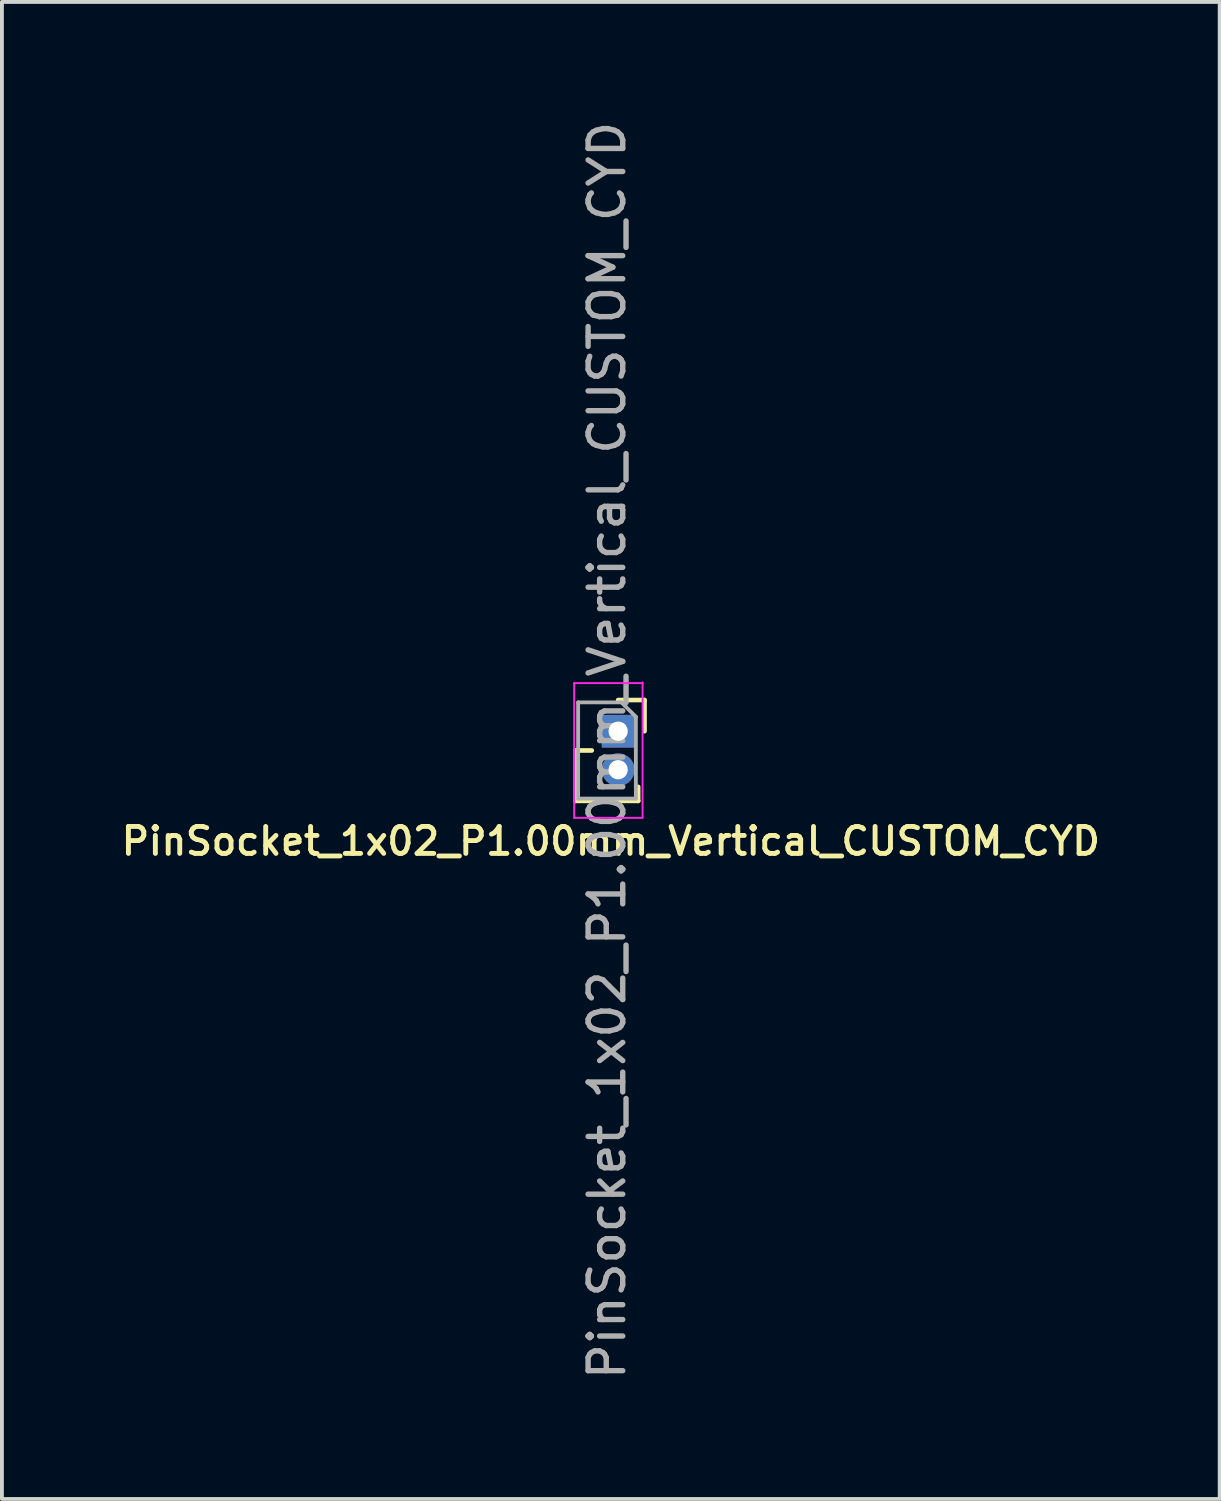
<source format=kicad_pcb>
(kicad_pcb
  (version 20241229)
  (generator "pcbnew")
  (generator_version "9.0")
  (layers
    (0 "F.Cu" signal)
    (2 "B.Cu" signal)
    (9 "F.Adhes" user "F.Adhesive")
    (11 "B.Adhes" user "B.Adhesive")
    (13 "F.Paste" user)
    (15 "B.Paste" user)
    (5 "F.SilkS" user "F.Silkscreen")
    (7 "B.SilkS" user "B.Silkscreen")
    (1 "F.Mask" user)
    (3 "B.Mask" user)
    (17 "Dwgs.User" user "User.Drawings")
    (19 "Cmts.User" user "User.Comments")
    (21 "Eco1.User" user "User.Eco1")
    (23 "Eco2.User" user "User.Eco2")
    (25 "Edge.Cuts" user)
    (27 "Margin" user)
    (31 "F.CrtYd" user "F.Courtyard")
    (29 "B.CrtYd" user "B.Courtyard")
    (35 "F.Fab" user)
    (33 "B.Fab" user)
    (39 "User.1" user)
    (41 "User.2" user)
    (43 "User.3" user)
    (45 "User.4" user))
  (footprint "PinSocket_1x02_P1.00mm_Vertical_CUSTOM_CYD"
    (layer "F.Cu")
    (at 13.011 15.949)
    (property "Reference" "PinSocket_1x02_P1.00mm_Vertical_CUSTOM_CYD" (at -0.191 2.857 0) (layer "F.SilkS") (effects (font (size 0.7 0.7) (thickness 0.127))))
    (attr through_hole)
    (fp_line (start -1.1 0.5) (end -1.1 1.81) (stroke (width 0.12) (type solid)) (layer "F.SilkS"))
    (fp_line (start -1.1 0.5) (end -0.685 0.5) (stroke (width 0.12) (type solid)) (layer "F.SilkS"))
    (fp_line (start -1.1 1.81) (end 0.52 1.81) (stroke (width 0.12) (type solid)) (layer "F.SilkS"))
    (fp_line (start 0 -0.81) (end 0.685 -0.81) (stroke (width 0.12) (type solid)) (layer "F.SilkS"))
    (fp_line (start 0.52 1.446) (end 0.52 1.81) (stroke (width 0.12) (type solid)) (layer "F.SilkS"))
    (fp_line (start 0.685 -0.81) (end 0.685 0) (stroke (width 0.12) (type solid)) (layer "F.SilkS"))
    (fp_line (start -1.143 -1.25) (end 0.635 -1.25) (stroke (width 0.05) (type solid)) (layer "F.CrtYd"))
    (fp_line (start -1.143 2.25) (end -1.143 -1.25) (stroke (width 0.05) (type solid)) (layer "F.CrtYd"))
    (fp_line (start 0.635 -1.27) (end 0.635 2.25) (stroke (width 0.05) (type solid)) (layer "F.CrtYd"))
    (fp_line (start 0.635 2.25) (end -1.143 2.25) (stroke (width 0.05) (type solid)) (layer "F.CrtYd"))
    (fp_line (start -1.04 -0.75) (end 0.085 -0.75) (stroke (width 0.1) (type solid)) (layer "F.Fab"))
    (fp_line (start -1.04 1.75) (end -1.04 -0.75) (stroke (width 0.1) (type solid)) (layer "F.Fab"))
    (fp_line (start 0.085 -0.75) (end 0.46 -0.375) (stroke (width 0.1) (type solid)) (layer "F.Fab"))
    (fp_line (start 0.46 -0.375) (end 0.46 1.75) (stroke (width 0.1) (type solid)) (layer "F.Fab"))
    (fp_line (start 0.46 1.75) (end -1.04 1.75) (stroke (width 0.1) (type solid)) (layer "F.Fab"))
    (fp_text user "${REFERENCE}" (at -0.29 0.5 90) (layer "F.Fab") (effects (font (size 0.9 0.9) (thickness 0.14))))
    (pad "1" thru_hole rect (at 0 0) (size 0.85 0.85) (drill 0.5) (layers "*.Cu" "*.Mask"))
    (pad "2" thru_hole oval (at 0 1) (size 0.85 0.85) (drill 0.5) (layers "*.Cu" "*.Mask")))
  (gr_rect
    (start -3 -3)
    (end 28.641 35.897)
    (stroke (width 0.1) (type default))
    (fill no)
    (layer "Edge.Cuts")))
</source>
